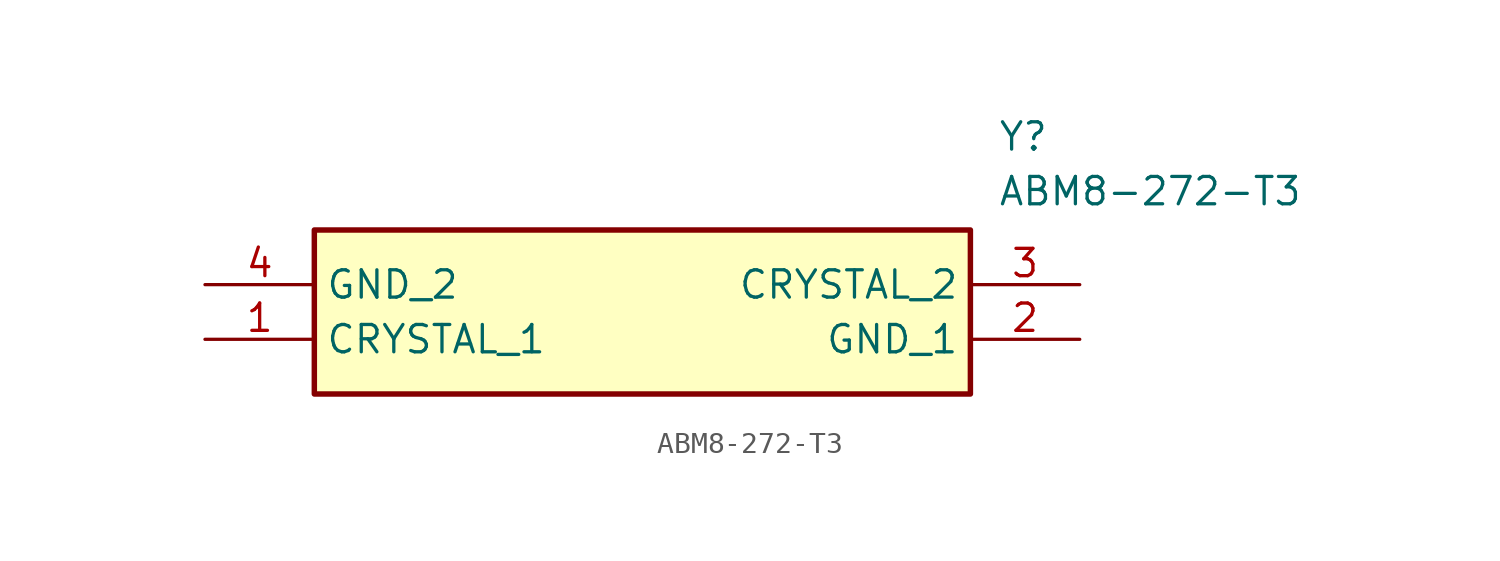
<source format=kicad_sym>
(kicad_symbol_lib
  (version 20241209)
  (generator "kicad_symbol_editor")
  (generator_version "9.0")
  (symbol "ABM8-272-T3"
    (property "Reference" "Y"
      (at 36.83 7.62 0)
      (effects (font (size 1.27 1.27)) (justify left top)))
    (property "Value" "ABM8-272-T3"
      (at 36.83 5.08 0)
      (effects (font (size 1.27 1.27)) (justify left top)))
    (symbol "ABM8-272-T3_1_1"
      (rectangle (start 5.08 2.54) (end 35.56 -5.08) (stroke (width 0.254) (type default)) (fill (type background)))
      (pin passive line (at 0 0 0) (length 5.08) (name "GND_2" (effects (font (size 1.27 1.27)))) (number "4" (effects (font (size 1.27 1.27)))))
      (pin passive line (at 0 -2.54 0) (length 5.08) (name "CRYSTAL_1" (effects (font (size 1.27 1.27)))) (number "1" (effects (font (size 1.27 1.27)))))
      (pin passive line (at 40.64 0 180) (length 5.08) (name "CRYSTAL_2" (effects (font (size 1.27 1.27)))) (number "3" (effects (font (size 1.27 1.27)))))
      (pin passive line (at 40.64 -2.54 180) (length 5.08) (name "GND_1" (effects (font (size 1.27 1.27)))) (number "2" (effects (font (size 1.27 1.27))))))))
</source>
